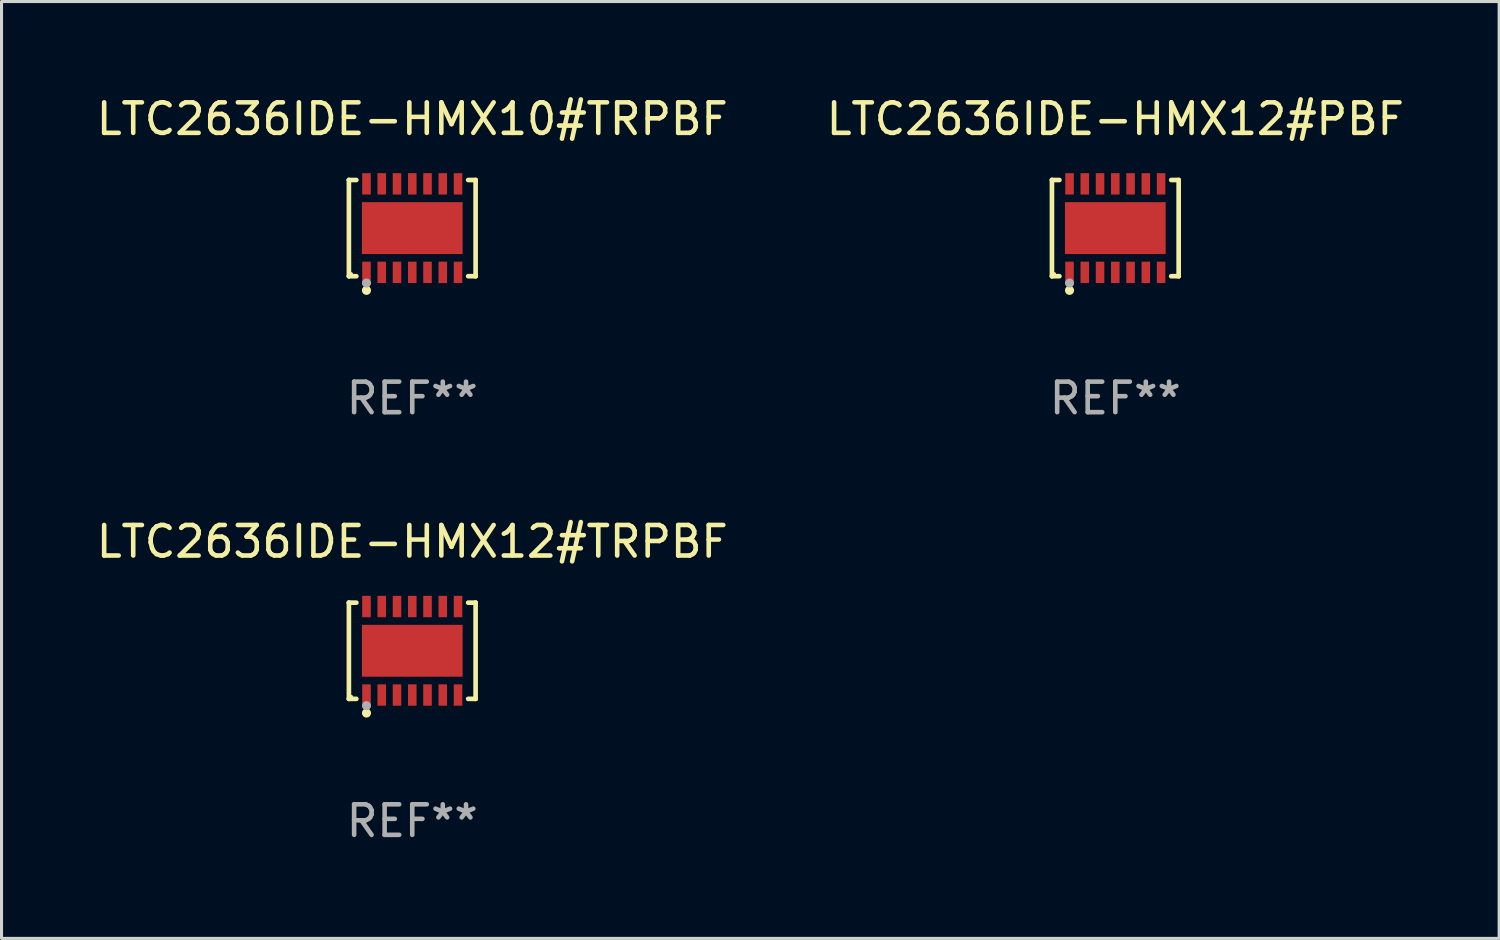
<source format=kicad_pcb>
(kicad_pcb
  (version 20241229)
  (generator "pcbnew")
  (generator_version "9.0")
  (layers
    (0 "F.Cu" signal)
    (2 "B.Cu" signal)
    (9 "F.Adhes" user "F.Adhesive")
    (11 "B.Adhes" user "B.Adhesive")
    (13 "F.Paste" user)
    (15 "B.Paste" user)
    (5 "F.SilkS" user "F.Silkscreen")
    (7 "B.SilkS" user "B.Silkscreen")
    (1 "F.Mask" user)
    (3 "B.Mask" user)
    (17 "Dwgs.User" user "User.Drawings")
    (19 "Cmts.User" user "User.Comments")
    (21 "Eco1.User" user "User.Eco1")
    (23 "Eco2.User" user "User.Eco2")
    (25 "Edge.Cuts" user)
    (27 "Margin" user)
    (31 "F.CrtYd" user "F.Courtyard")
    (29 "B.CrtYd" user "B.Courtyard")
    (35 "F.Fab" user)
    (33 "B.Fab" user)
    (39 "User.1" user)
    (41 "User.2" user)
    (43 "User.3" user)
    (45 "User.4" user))
  (footprint "LTC2636IDE-HMX10#TRPBF"
    (layer "F.Cu")
    (at 10.458 4.424)
    (property "Reference" "LTC2636IDE-HMX10#TRPBF" (at 0 -3.576 0) (layer "F.SilkS") (effects (font (size 1 1) (thickness 0.15))))
    (attr through_hole)
    (fp_line (start -2.076 -1.576) (end -2.076 -1.576) (stroke (width 0.152) (type solid)) (layer "F.SilkS"))
    (fp_line (start -2.076 -1.576) (end -1.831 -1.576) (stroke (width 0.152) (type solid)) (layer "F.SilkS"))
    (fp_line (start -2.076 1.576) (end -2.076 -1.576) (stroke (width 0.152) (type solid)) (layer "F.SilkS"))
    (fp_line (start -2.076 1.576) (end -2.076 1.576) (stroke (width 0.152) (type solid)) (layer "F.SilkS"))
    (fp_line (start -1.831 1.576) (end -2.076 1.576) (stroke (width 0.152) (type solid)) (layer "F.SilkS"))
    (fp_line (start 1.831 1.576) (end 2.076 1.576) (stroke (width 0.152) (type solid)) (layer "F.SilkS"))
    (fp_line (start 2.076 -1.576) (end 1.831 -1.576) (stroke (width 0.152) (type solid)) (layer "F.SilkS"))
    (fp_line (start 2.076 -1.576) (end 2.076 -1.576) (stroke (width 0.152) (type solid)) (layer "F.SilkS"))
    (fp_line (start 2.076 1.576) (end 2.076 -1.576) (stroke (width 0.152) (type solid)) (layer "F.SilkS"))
    (fp_line (start 2.076 1.576) (end 2.076 1.576) (stroke (width 0.152) (type solid)) (layer "F.SilkS"))
    (fp_circle (center -2 1.5) (end -1.97 1.5) (stroke (width 0.06) (type solid)) (fill no) (layer "F.SilkS"))
    (fp_circle (center -1.5 2.04) (end -1.425 2.04) (stroke (width 0.15) (type solid)) (fill no) (layer "F.SilkS"))
    (fp_circle (center -1.5 1.8) (end -1.425 1.8) (stroke (width 0.15) (type solid)) (fill no) (layer "F.Fab"))
    (fp_text user "REF**" (at 0 5.576 0) (layer "F.Fab") (effects (font (size 1 1) (thickness 0.15))))
    (pad "1" smd rect (at -1.5 1.45) (size 0.28 0.7) (layers "F.Cu" "F.Mask" "F.Paste"))
    (pad "2" smd rect (at -1 1.45) (size 0.28 0.7) (layers "F.Cu" "F.Mask" "F.Paste"))
    (pad "3" smd rect (at -0.5 1.45) (size 0.28 0.7) (layers "F.Cu" "F.Mask" "F.Paste"))
    (pad "4" smd rect (at 0 1.45) (size 0.28 0.7) (layers "F.Cu" "F.Mask" "F.Paste"))
    (pad "5" smd rect (at 0.5 1.45) (size 0.28 0.7) (layers "F.Cu" "F.Mask" "F.Paste"))
    (pad "6" smd rect (at 1 1.45) (size 0.28 0.7) (layers "F.Cu" "F.Mask" "F.Paste"))
    (pad "7" smd rect (at 1.5 1.45) (size 0.28 0.7) (layers "F.Cu" "F.Mask" "F.Paste"))
    (pad "8" smd rect (at 1.5 -1.45) (size 0.28 0.7) (layers "F.Cu" "F.Mask" "F.Paste"))
    (pad "9" smd rect (at 1 -1.45) (size 0.28 0.7) (layers "F.Cu" "F.Mask" "F.Paste"))
    (pad "10" smd rect (at 0.5 -1.45) (size 0.28 0.7) (layers "F.Cu" "F.Mask" "F.Paste"))
    (pad "11" smd rect (at 0 -1.45) (size 0.28 0.7) (layers "F.Cu" "F.Mask" "F.Paste"))
    (pad "12" smd rect (at -0.5 -1.45) (size 0.28 0.7) (layers "F.Cu" "F.Mask" "F.Paste"))
    (pad "13" smd rect (at -1 -1.45) (size 0.28 0.7) (layers "F.Cu" "F.Mask" "F.Paste"))
    (pad "14" smd rect (at -1.5 -1.45) (size 0.28 0.7) (layers "F.Cu" "F.Mask" "F.Paste"))
    (pad "15" smd rect (at 0 0) (size 3.3 1.7) (layers "F.Cu" "F.Mask" "F.Paste")))
  (footprint "LTC2636IDE-HMX12#TRPBF"
    (layer "F.Cu")
    (at 10.458 18.273)
    (property "Reference" "LTC2636IDE-HMX12#TRPBF" (at 0 -3.576 0) (layer "F.SilkS") (effects (font (size 1 1) (thickness 0.15))))
    (attr through_hole)
    (fp_line (start -2.076 -1.576) (end -2.076 -1.576) (stroke (width 0.152) (type solid)) (layer "F.SilkS"))
    (fp_line (start -2.076 -1.576) (end -1.831 -1.576) (stroke (width 0.152) (type solid)) (layer "F.SilkS"))
    (fp_line (start -2.076 1.576) (end -2.076 -1.576) (stroke (width 0.152) (type solid)) (layer "F.SilkS"))
    (fp_line (start -2.076 1.576) (end -2.076 1.576) (stroke (width 0.152) (type solid)) (layer "F.SilkS"))
    (fp_line (start -1.831 1.576) (end -2.076 1.576) (stroke (width 0.152) (type solid)) (layer "F.SilkS"))
    (fp_line (start 1.831 1.576) (end 2.076 1.576) (stroke (width 0.152) (type solid)) (layer "F.SilkS"))
    (fp_line (start 2.076 -1.576) (end 1.831 -1.576) (stroke (width 0.152) (type solid)) (layer "F.SilkS"))
    (fp_line (start 2.076 -1.576) (end 2.076 -1.576) (stroke (width 0.152) (type solid)) (layer "F.SilkS"))
    (fp_line (start 2.076 1.576) (end 2.076 -1.576) (stroke (width 0.152) (type solid)) (layer "F.SilkS"))
    (fp_line (start 2.076 1.576) (end 2.076 1.576) (stroke (width 0.152) (type solid)) (layer "F.SilkS"))
    (fp_circle (center -2 1.5) (end -1.97 1.5) (stroke (width 0.06) (type solid)) (fill no) (layer "F.SilkS"))
    (fp_circle (center -1.5 2.04) (end -1.425 2.04) (stroke (width 0.15) (type solid)) (fill no) (layer "F.SilkS"))
    (fp_circle (center -1.5 1.8) (end -1.425 1.8) (stroke (width 0.15) (type solid)) (fill no) (layer "F.Fab"))
    (fp_text user "REF**" (at 0 5.576 0) (layer "F.Fab") (effects (font (size 1 1) (thickness 0.15))))
    (pad "1" smd rect (at -1.5 1.45) (size 0.28 0.7) (layers "F.Cu" "F.Mask" "F.Paste"))
    (pad "2" smd rect (at -1 1.45) (size 0.28 0.7) (layers "F.Cu" "F.Mask" "F.Paste"))
    (pad "3" smd rect (at -0.5 1.45) (size 0.28 0.7) (layers "F.Cu" "F.Mask" "F.Paste"))
    (pad "4" smd rect (at 0 1.45) (size 0.28 0.7) (layers "F.Cu" "F.Mask" "F.Paste"))
    (pad "5" smd rect (at 0.5 1.45) (size 0.28 0.7) (layers "F.Cu" "F.Mask" "F.Paste"))
    (pad "6" smd rect (at 1 1.45) (size 0.28 0.7) (layers "F.Cu" "F.Mask" "F.Paste"))
    (pad "7" smd rect (at 1.5 1.45) (size 0.28 0.7) (layers "F.Cu" "F.Mask" "F.Paste"))
    (pad "8" smd rect (at 1.5 -1.45) (size 0.28 0.7) (layers "F.Cu" "F.Mask" "F.Paste"))
    (pad "9" smd rect (at 1 -1.45) (size 0.28 0.7) (layers "F.Cu" "F.Mask" "F.Paste"))
    (pad "10" smd rect (at 0.5 -1.45) (size 0.28 0.7) (layers "F.Cu" "F.Mask" "F.Paste"))
    (pad "11" smd rect (at 0 -1.45) (size 0.28 0.7) (layers "F.Cu" "F.Mask" "F.Paste"))
    (pad "12" smd rect (at -0.5 -1.45) (size 0.28 0.7) (layers "F.Cu" "F.Mask" "F.Paste"))
    (pad "13" smd rect (at -1 -1.45) (size 0.28 0.7) (layers "F.Cu" "F.Mask" "F.Paste"))
    (pad "14" smd rect (at -1.5 -1.45) (size 0.28 0.7) (layers "F.Cu" "F.Mask" "F.Paste"))
    (pad "15" smd rect (at 0 0) (size 3.3 1.7) (layers "F.Cu" "F.Mask" "F.Paste")))
  (footprint "LTC2636IDE-HMX12#PBF"
    (layer "F.Cu")
    (at 33.494 4.424)
    (property "Reference" "LTC2636IDE-HMX12#PBF" (at 0 -3.576 0) (layer "F.SilkS") (effects (font (size 1 1) (thickness 0.15))))
    (attr through_hole)
    (fp_line (start -2.076 -1.576) (end -2.076 -1.576) (stroke (width 0.152) (type solid)) (layer "F.SilkS"))
    (fp_line (start -2.076 -1.576) (end -1.831 -1.576) (stroke (width 0.152) (type solid)) (layer "F.SilkS"))
    (fp_line (start -2.076 1.576) (end -2.076 -1.576) (stroke (width 0.152) (type solid)) (layer "F.SilkS"))
    (fp_line (start -2.076 1.576) (end -2.076 1.576) (stroke (width 0.152) (type solid)) (layer "F.SilkS"))
    (fp_line (start -1.831 1.576) (end -2.076 1.576) (stroke (width 0.152) (type solid)) (layer "F.SilkS"))
    (fp_line (start 1.831 1.576) (end 2.076 1.576) (stroke (width 0.152) (type solid)) (layer "F.SilkS"))
    (fp_line (start 2.076 -1.576) (end 1.831 -1.576) (stroke (width 0.152) (type solid)) (layer "F.SilkS"))
    (fp_line (start 2.076 -1.576) (end 2.076 -1.576) (stroke (width 0.152) (type solid)) (layer "F.SilkS"))
    (fp_line (start 2.076 1.576) (end 2.076 -1.576) (stroke (width 0.152) (type solid)) (layer "F.SilkS"))
    (fp_line (start 2.076 1.576) (end 2.076 1.576) (stroke (width 0.152) (type solid)) (layer "F.SilkS"))
    (fp_circle (center -2 1.5) (end -1.97 1.5) (stroke (width 0.06) (type solid)) (fill no) (layer "F.SilkS"))
    (fp_circle (center -1.5 2.04) (end -1.425 2.04) (stroke (width 0.15) (type solid)) (fill no) (layer "F.SilkS"))
    (fp_circle (center -1.5 1.8) (end -1.425 1.8) (stroke (width 0.15) (type solid)) (fill no) (layer "F.Fab"))
    (fp_text user "REF**" (at 0 5.576 0) (layer "F.Fab") (effects (font (size 1 1) (thickness 0.15))))
    (pad "1" smd rect (at -1.5 1.45) (size 0.28 0.7) (layers "F.Cu" "F.Mask" "F.Paste"))
    (pad "2" smd rect (at -1 1.45) (size 0.28 0.7) (layers "F.Cu" "F.Mask" "F.Paste"))
    (pad "3" smd rect (at -0.5 1.45) (size 0.28 0.7) (layers "F.Cu" "F.Mask" "F.Paste"))
    (pad "4" smd rect (at 0 1.45) (size 0.28 0.7) (layers "F.Cu" "F.Mask" "F.Paste"))
    (pad "5" smd rect (at 0.5 1.45) (size 0.28 0.7) (layers "F.Cu" "F.Mask" "F.Paste"))
    (pad "6" smd rect (at 1 1.45) (size 0.28 0.7) (layers "F.Cu" "F.Mask" "F.Paste"))
    (pad "7" smd rect (at 1.5 1.45) (size 0.28 0.7) (layers "F.Cu" "F.Mask" "F.Paste"))
    (pad "8" smd rect (at 1.5 -1.45) (size 0.28 0.7) (layers "F.Cu" "F.Mask" "F.Paste"))
    (pad "9" smd rect (at 1 -1.45) (size 0.28 0.7) (layers "F.Cu" "F.Mask" "F.Paste"))
    (pad "10" smd rect (at 0.5 -1.45) (size 0.28 0.7) (layers "F.Cu" "F.Mask" "F.Paste"))
    (pad "11" smd rect (at 0 -1.45) (size 0.28 0.7) (layers "F.Cu" "F.Mask" "F.Paste"))
    (pad "12" smd rect (at -0.5 -1.45) (size 0.28 0.7) (layers "F.Cu" "F.Mask" "F.Paste"))
    (pad "13" smd rect (at -1 -1.45) (size 0.28 0.7) (layers "F.Cu" "F.Mask" "F.Paste"))
    (pad "14" smd rect (at -1.5 -1.45) (size 0.28 0.7) (layers "F.Cu" "F.Mask" "F.Paste"))
    (pad "15" smd rect (at 0 0) (size 3.3 1.7) (layers "F.Cu" "F.Mask" "F.Paste")))
  (gr_rect
    (start -3 -3)
    (end 46.071 27.698)
    (stroke (width 0.1) (type default))
    (fill no)
    (layer "Edge.Cuts")))
</source>
